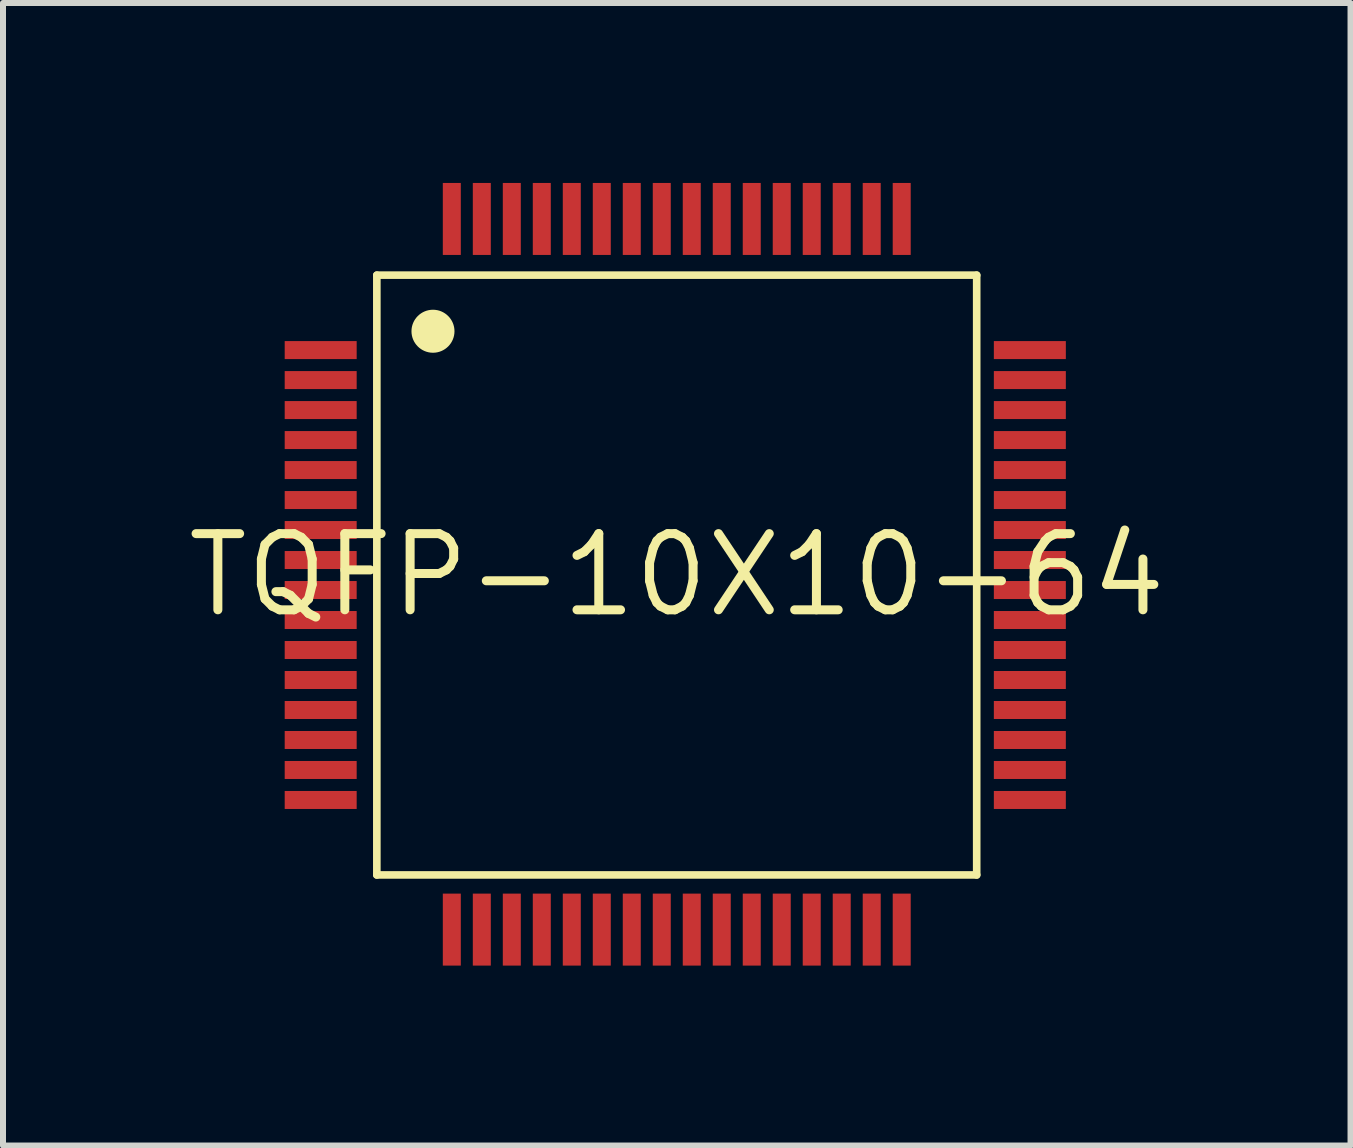
<source format=kicad_pcb>
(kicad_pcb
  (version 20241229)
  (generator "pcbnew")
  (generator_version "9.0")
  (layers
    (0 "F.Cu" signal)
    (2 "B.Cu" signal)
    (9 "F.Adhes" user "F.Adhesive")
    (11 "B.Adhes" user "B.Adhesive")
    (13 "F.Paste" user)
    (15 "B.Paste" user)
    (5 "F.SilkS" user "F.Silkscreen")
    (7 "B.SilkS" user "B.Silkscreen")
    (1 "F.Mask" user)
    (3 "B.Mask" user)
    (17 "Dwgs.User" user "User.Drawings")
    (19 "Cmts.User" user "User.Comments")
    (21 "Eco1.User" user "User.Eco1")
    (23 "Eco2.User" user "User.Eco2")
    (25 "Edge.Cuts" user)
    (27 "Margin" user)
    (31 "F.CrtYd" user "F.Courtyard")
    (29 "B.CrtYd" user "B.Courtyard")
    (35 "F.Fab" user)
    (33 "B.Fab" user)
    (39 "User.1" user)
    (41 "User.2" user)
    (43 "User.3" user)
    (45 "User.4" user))
  (footprint "TQFP-10X10-64"
    (layer "F.Cu")
    (at 8.232 6.536)
    (property "Reference" "TQFP-10X10-64" (at 0 0 0) (layer "F.SilkS") (effects (font (size 1.27 1.27) (thickness 0.15))))
    (fp_poly (pts (xy -5.336 -3.9) (xy -6.536 -3.9) (xy -6.536 -3.6) (xy -5.336 -3.6)) (stroke (width 0) (type default)) (fill yes) (layer "F.Mask"))
    (fp_poly (pts (xy -5.336 -3.4) (xy -6.536 -3.4) (xy -6.536 -3.1) (xy -5.336 -3.1)) (stroke (width 0) (type default)) (fill yes) (layer "F.Mask"))
    (fp_poly (pts (xy -5.336 -2.9) (xy -6.536 -2.9) (xy -6.536 -2.6) (xy -5.336 -2.6)) (stroke (width 0) (type default)) (fill yes) (layer "F.Mask"))
    (fp_poly (pts (xy -5.336 -2.4) (xy -6.536 -2.4) (xy -6.536 -2.1) (xy -5.336 -2.1)) (stroke (width 0) (type default)) (fill yes) (layer "F.Mask"))
    (fp_poly (pts (xy -5.336 -1.9) (xy -6.536 -1.9) (xy -6.536 -1.6) (xy -5.336 -1.6)) (stroke (width 0) (type default)) (fill yes) (layer "F.Mask"))
    (fp_poly (pts (xy -5.336 -1.4) (xy -6.536 -1.4) (xy -6.536 -1.1) (xy -5.336 -1.1)) (stroke (width 0) (type default)) (fill yes) (layer "F.Mask"))
    (fp_poly (pts (xy -5.336 -0.9) (xy -6.536 -0.9) (xy -6.536 -0.6) (xy -5.336 -0.6)) (stroke (width 0) (type default)) (fill yes) (layer "F.Mask"))
    (fp_poly (pts (xy -5.336 -0.4) (xy -6.536 -0.4) (xy -6.536 -0.1) (xy -5.336 -0.1)) (stroke (width 0) (type default)) (fill yes) (layer "F.Mask"))
    (fp_poly (pts (xy -5.336 0.1) (xy -6.536 0.1) (xy -6.536 0.4) (xy -5.336 0.4)) (stroke (width 0) (type default)) (fill yes) (layer "F.Mask"))
    (fp_poly (pts (xy -5.336 0.6) (xy -6.536 0.6) (xy -6.536 0.9) (xy -5.336 0.9)) (stroke (width 0) (type default)) (fill yes) (layer "F.Mask"))
    (fp_poly (pts (xy -5.336 1.1) (xy -6.536 1.1) (xy -6.536 1.4) (xy -5.336 1.4)) (stroke (width 0) (type default)) (fill yes) (layer "F.Mask"))
    (fp_poly (pts (xy -5.336 1.6) (xy -6.536 1.6) (xy -6.536 1.9) (xy -5.336 1.9)) (stroke (width 0) (type default)) (fill yes) (layer "F.Mask"))
    (fp_poly (pts (xy -5.336 2.1) (xy -6.536 2.1) (xy -6.536 2.4) (xy -5.336 2.4)) (stroke (width 0) (type default)) (fill yes) (layer "F.Mask"))
    (fp_poly (pts (xy -5.336 2.6) (xy -6.536 2.6) (xy -6.536 2.9) (xy -5.336 2.9)) (stroke (width 0) (type default)) (fill yes) (layer "F.Mask"))
    (fp_poly (pts (xy -5.336 3.1) (xy -6.536 3.1) (xy -6.536 3.4) (xy -5.336 3.4)) (stroke (width 0) (type default)) (fill yes) (layer "F.Mask"))
    (fp_poly (pts (xy -5.336 3.6) (xy -6.536 3.6) (xy -6.536 3.9) (xy -5.336 3.9)) (stroke (width 0) (type default)) (fill yes) (layer "F.Mask"))
    (fp_poly (pts (xy -3.9 5.311) (xy -3.6 5.311) (xy -3.6 6.511) (xy -3.9 6.511)) (stroke (width 0) (type default)) (fill yes) (layer "F.Mask"))
    (fp_poly (pts (xy -3.6 -5.336) (xy -3.9 -5.336) (xy -3.9 -6.536) (xy -3.6 -6.536)) (stroke (width 0) (type default)) (fill yes) (layer "F.Mask"))
    (fp_poly (pts (xy -3.4 5.311) (xy -3.1 5.311) (xy -3.1 6.511) (xy -3.4 6.511)) (stroke (width 0) (type default)) (fill yes) (layer "F.Mask"))
    (fp_poly (pts (xy -3.1 -5.336) (xy -3.4 -5.336) (xy -3.4 -6.536) (xy -3.1 -6.536)) (stroke (width 0) (type default)) (fill yes) (layer "F.Mask"))
    (fp_poly (pts (xy -2.9 5.311) (xy -2.6 5.311) (xy -2.6 6.511) (xy -2.9 6.511)) (stroke (width 0) (type default)) (fill yes) (layer "F.Mask"))
    (fp_poly (pts (xy -2.6 -5.336) (xy -2.9 -5.336) (xy -2.9 -6.536) (xy -2.6 -6.536)) (stroke (width 0) (type default)) (fill yes) (layer "F.Mask"))
    (fp_poly (pts (xy -2.4 5.311) (xy -2.1 5.311) (xy -2.1 6.511) (xy -2.4 6.511)) (stroke (width 0) (type default)) (fill yes) (layer "F.Mask"))
    (fp_poly (pts (xy -2.1 -5.336) (xy -2.4 -5.336) (xy -2.4 -6.536) (xy -2.1 -6.536)) (stroke (width 0) (type default)) (fill yes) (layer "F.Mask"))
    (fp_poly (pts (xy -1.9 5.311) (xy -1.6 5.311) (xy -1.6 6.511) (xy -1.9 6.511)) (stroke (width 0) (type default)) (fill yes) (layer "F.Mask"))
    (fp_poly (pts (xy -1.6 -5.336) (xy -1.9 -5.336) (xy -1.9 -6.536) (xy -1.6 -6.536)) (stroke (width 0) (type default)) (fill yes) (layer "F.Mask"))
    (fp_poly (pts (xy -1.4 5.311) (xy -1.1 5.311) (xy -1.1 6.511) (xy -1.4 6.511)) (stroke (width 0) (type default)) (fill yes) (layer "F.Mask"))
    (fp_poly (pts (xy -1.1 -5.336) (xy -1.4 -5.336) (xy -1.4 -6.536) (xy -1.1 -6.536)) (stroke (width 0) (type default)) (fill yes) (layer "F.Mask"))
    (fp_poly (pts (xy -0.9 5.311) (xy -0.6 5.311) (xy -0.6 6.511) (xy -0.9 6.511)) (stroke (width 0) (type default)) (fill yes) (layer "F.Mask"))
    (fp_poly (pts (xy -0.6 -5.336) (xy -0.9 -5.336) (xy -0.9 -6.536) (xy -0.6 -6.536)) (stroke (width 0) (type default)) (fill yes) (layer "F.Mask"))
    (fp_poly (pts (xy -0.4 5.311) (xy -0.1 5.311) (xy -0.1 6.511) (xy -0.4 6.511)) (stroke (width 0) (type default)) (fill yes) (layer "F.Mask"))
    (fp_poly (pts (xy -0.1 -5.336) (xy -0.4 -5.336) (xy -0.4 -6.536) (xy -0.1 -6.536)) (stroke (width 0) (type default)) (fill yes) (layer "F.Mask"))
    (fp_poly (pts (xy 0.1 5.311) (xy 0.4 5.311) (xy 0.4 6.511) (xy 0.1 6.511)) (stroke (width 0) (type default)) (fill yes) (layer "F.Mask"))
    (fp_poly (pts (xy 0.4 -5.336) (xy 0.1 -5.336) (xy 0.1 -6.536) (xy 0.4 -6.536)) (stroke (width 0) (type default)) (fill yes) (layer "F.Mask"))
    (fp_poly (pts (xy 0.6 5.311) (xy 0.9 5.311) (xy 0.9 6.511) (xy 0.6 6.511)) (stroke (width 0) (type default)) (fill yes) (layer "F.Mask"))
    (fp_poly (pts (xy 0.9 -5.336) (xy 0.6 -5.336) (xy 0.6 -6.536) (xy 0.9 -6.536)) (stroke (width 0) (type default)) (fill yes) (layer "F.Mask"))
    (fp_poly (pts (xy 1.1 5.311) (xy 1.4 5.311) (xy 1.4 6.511) (xy 1.1 6.511)) (stroke (width 0) (type default)) (fill yes) (layer "F.Mask"))
    (fp_poly (pts (xy 1.4 -5.336) (xy 1.1 -5.336) (xy 1.1 -6.536) (xy 1.4 -6.536)) (stroke (width 0) (type default)) (fill yes) (layer "F.Mask"))
    (fp_poly (pts (xy 1.6 5.311) (xy 1.9 5.311) (xy 1.9 6.511) (xy 1.6 6.511)) (stroke (width 0) (type default)) (fill yes) (layer "F.Mask"))
    (fp_poly (pts (xy 1.9 -5.336) (xy 1.6 -5.336) (xy 1.6 -6.536) (xy 1.9 -6.536)) (stroke (width 0) (type default)) (fill yes) (layer "F.Mask"))
    (fp_poly (pts (xy 2.1 5.311) (xy 2.4 5.311) (xy 2.4 6.511) (xy 2.1 6.511)) (stroke (width 0) (type default)) (fill yes) (layer "F.Mask"))
    (fp_poly (pts (xy 2.4 -5.336) (xy 2.1 -5.336) (xy 2.1 -6.536) (xy 2.4 -6.536)) (stroke (width 0) (type default)) (fill yes) (layer "F.Mask"))
    (fp_poly (pts (xy 2.6 5.311) (xy 2.9 5.311) (xy 2.9 6.511) (xy 2.6 6.511)) (stroke (width 0) (type default)) (fill yes) (layer "F.Mask"))
    (fp_poly (pts (xy 2.9 -5.336) (xy 2.6 -5.336) (xy 2.6 -6.536) (xy 2.9 -6.536)) (stroke (width 0) (type default)) (fill yes) (layer "F.Mask"))
    (fp_poly (pts (xy 3.1 5.311) (xy 3.4 5.311) (xy 3.4 6.511) (xy 3.1 6.511)) (stroke (width 0) (type default)) (fill yes) (layer "F.Mask"))
    (fp_poly (pts (xy 3.4 -5.336) (xy 3.1 -5.336) (xy 3.1 -6.536) (xy 3.4 -6.536)) (stroke (width 0) (type default)) (fill yes) (layer "F.Mask"))
    (fp_poly (pts (xy 3.6 5.311) (xy 3.9 5.311) (xy 3.9 6.511) (xy 3.6 6.511)) (stroke (width 0) (type default)) (fill yes) (layer "F.Mask"))
    (fp_poly (pts (xy 3.9 -5.336) (xy 3.6 -5.336) (xy 3.6 -6.536) (xy 3.9 -6.536)) (stroke (width 0) (type default)) (fill yes) (layer "F.Mask"))
    (fp_poly (pts (xy 5.286 -3.6) (xy 6.486 -3.6) (xy 6.486 -3.9) (xy 5.286 -3.9)) (stroke (width 0) (type default)) (fill yes) (layer "F.Mask"))
    (fp_poly (pts (xy 5.286 -3.1) (xy 6.486 -3.1) (xy 6.486 -3.4) (xy 5.286 -3.4)) (stroke (width 0) (type default)) (fill yes) (layer "F.Mask"))
    (fp_poly (pts (xy 5.286 -2.6) (xy 6.486 -2.6) (xy 6.486 -2.9) (xy 5.286 -2.9)) (stroke (width 0) (type default)) (fill yes) (layer "F.Mask"))
    (fp_poly (pts (xy 5.286 -2.1) (xy 6.486 -2.1) (xy 6.486 -2.4) (xy 5.286 -2.4)) (stroke (width 0) (type default)) (fill yes) (layer "F.Mask"))
    (fp_poly (pts (xy 5.286 -1.6) (xy 6.486 -1.6) (xy 6.486 -1.9) (xy 5.286 -1.9)) (stroke (width 0) (type default)) (fill yes) (layer "F.Mask"))
    (fp_poly (pts (xy 5.286 -1.1) (xy 6.486 -1.1) (xy 6.486 -1.4) (xy 5.286 -1.4)) (stroke (width 0) (type default)) (fill yes) (layer "F.Mask"))
    (fp_poly (pts (xy 5.286 -0.6) (xy 6.486 -0.6) (xy 6.486 -0.9) (xy 5.286 -0.9)) (stroke (width 0) (type default)) (fill yes) (layer "F.Mask"))
    (fp_poly (pts (xy 5.286 -0.1) (xy 6.486 -0.1) (xy 6.486 -0.4) (xy 5.286 -0.4)) (stroke (width 0) (type default)) (fill yes) (layer "F.Mask"))
    (fp_poly (pts (xy 5.286 0.4) (xy 6.486 0.4) (xy 6.486 0.1) (xy 5.286 0.1)) (stroke (width 0) (type default)) (fill yes) (layer "F.Mask"))
    (fp_poly (pts (xy 5.286 0.9) (xy 6.486 0.9) (xy 6.486 0.6) (xy 5.286 0.6)) (stroke (width 0) (type default)) (fill yes) (layer "F.Mask"))
    (fp_poly (pts (xy 5.286 1.4) (xy 6.486 1.4) (xy 6.486 1.1) (xy 5.286 1.1)) (stroke (width 0) (type default)) (fill yes) (layer "F.Mask"))
    (fp_poly (pts (xy 5.286 1.9) (xy 6.486 1.9) (xy 6.486 1.6) (xy 5.286 1.6)) (stroke (width 0) (type default)) (fill yes) (layer "F.Mask"))
    (fp_poly (pts (xy 5.286 2.4) (xy 6.486 2.4) (xy 6.486 2.1) (xy 5.286 2.1)) (stroke (width 0) (type default)) (fill yes) (layer "F.Mask"))
    (fp_poly (pts (xy 5.286 2.9) (xy 6.486 2.9) (xy 6.486 2.6) (xy 5.286 2.6)) (stroke (width 0) (type default)) (fill yes) (layer "F.Mask"))
    (fp_poly (pts (xy 5.286 3.4) (xy 6.486 3.4) (xy 6.486 3.1) (xy 5.286 3.1)) (stroke (width 0) (type default)) (fill yes) (layer "F.Mask"))
    (fp_poly (pts (xy 5.286 3.9) (xy 6.486 3.9) (xy 6.486 3.6) (xy 5.286 3.6)) (stroke (width 0) (type default)) (fill yes) (layer "F.Mask"))
    (fp_line (start -5 -4.999) (end -5 5) (stroke (width 0.127) (type solid)) (layer "F.SilkS"))
    (fp_line (start -5 5) (end 5 5) (stroke (width 0.127) (type solid)) (layer "F.SilkS"))
    (fp_line (start 5 -4.999) (end -5 -4.999) (stroke (width 0.127) (type solid)) (layer "F.SilkS"))
    (fp_line (start 5 5) (end 5 -4.999) (stroke (width 0.127) (type solid)) (layer "F.SilkS"))
    (fp_circle (center -4.064 -4.064) (end -3.885 -4.064) (stroke (width 0.359) (type solid)) (fill yes) (layer "F.SilkS"))
    (fp_poly (pts (xy -5.336 -3.9) (xy -6.536 -3.9) (xy -6.536 -3.6) (xy -5.336 -3.6)) (stroke (width 0) (type default)) (fill yes) (layer "F.Paste"))
    (fp_poly (pts (xy -5.336 -3.4) (xy -6.536 -3.4) (xy -6.536 -3.1) (xy -5.336 -3.1)) (stroke (width 0) (type default)) (fill yes) (layer "F.Paste"))
    (fp_poly (pts (xy -5.336 -2.9) (xy -6.536 -2.9) (xy -6.536 -2.6) (xy -5.336 -2.6)) (stroke (width 0) (type default)) (fill yes) (layer "F.Paste"))
    (fp_poly (pts (xy -5.336 -2.4) (xy -6.536 -2.4) (xy -6.536 -2.1) (xy -5.336 -2.1)) (stroke (width 0) (type default)) (fill yes) (layer "F.Paste"))
    (fp_poly (pts (xy -5.336 -1.9) (xy -6.536 -1.9) (xy -6.536 -1.6) (xy -5.336 -1.6)) (stroke (width 0) (type default)) (fill yes) (layer "F.Paste"))
    (fp_poly (pts (xy -5.336 -1.4) (xy -6.536 -1.4) (xy -6.536 -1.1) (xy -5.336 -1.1)) (stroke (width 0) (type default)) (fill yes) (layer "F.Paste"))
    (fp_poly (pts (xy -5.336 -0.9) (xy -6.536 -0.9) (xy -6.536 -0.6) (xy -5.336 -0.6)) (stroke (width 0) (type default)) (fill yes) (layer "F.Paste"))
    (fp_poly (pts (xy -5.336 -0.4) (xy -6.536 -0.4) (xy -6.536 -0.1) (xy -5.336 -0.1)) (stroke (width 0) (type default)) (fill yes) (layer "F.Paste"))
    (fp_poly (pts (xy -5.336 0.1) (xy -6.536 0.1) (xy -6.536 0.4) (xy -5.336 0.4)) (stroke (width 0) (type default)) (fill yes) (layer "F.Paste"))
    (fp_poly (pts (xy -5.336 0.6) (xy -6.536 0.6) (xy -6.536 0.9) (xy -5.336 0.9)) (stroke (width 0) (type default)) (fill yes) (layer "F.Paste"))
    (fp_poly (pts (xy -5.336 1.1) (xy -6.536 1.1) (xy -6.536 1.4) (xy -5.336 1.4)) (stroke (width 0) (type default)) (fill yes) (layer "F.Paste"))
    (fp_poly (pts (xy -5.336 1.6) (xy -6.536 1.6) (xy -6.536 1.9) (xy -5.336 1.9)) (stroke (width 0) (type default)) (fill yes) (layer "F.Paste"))
    (fp_poly (pts (xy -5.336 2.1) (xy -6.536 2.1) (xy -6.536 2.4) (xy -5.336 2.4)) (stroke (width 0) (type default)) (fill yes) (layer "F.Paste"))
    (fp_poly (pts (xy -5.336 2.6) (xy -6.536 2.6) (xy -6.536 2.9) (xy -5.336 2.9)) (stroke (width 0) (type default)) (fill yes) (layer "F.Paste"))
    (fp_poly (pts (xy -5.336 3.1) (xy -6.536 3.1) (xy -6.536 3.4) (xy -5.336 3.4)) (stroke (width 0) (type default)) (fill yes) (layer "F.Paste"))
    (fp_poly (pts (xy -5.336 3.6) (xy -6.536 3.6) (xy -6.536 3.9) (xy -5.336 3.9)) (stroke (width 0) (type default)) (fill yes) (layer "F.Paste"))
    (fp_poly (pts (xy -3.9 5.311) (xy -3.6 5.311) (xy -3.6 6.511) (xy -3.9 6.511)) (stroke (width 0) (type default)) (fill yes) (layer "F.Paste"))
    (fp_poly (pts (xy -3.6 -5.336) (xy -3.9 -5.336) (xy -3.9 -6.536) (xy -3.6 -6.536)) (stroke (width 0) (type default)) (fill yes) (layer "F.Paste"))
    (fp_poly (pts (xy -3.4 5.311) (xy -3.1 5.311) (xy -3.1 6.511) (xy -3.4 6.511)) (stroke (width 0) (type default)) (fill yes) (layer "F.Paste"))
    (fp_poly (pts (xy -3.1 -5.336) (xy -3.4 -5.336) (xy -3.4 -6.536) (xy -3.1 -6.536)) (stroke (width 0) (type default)) (fill yes) (layer "F.Paste"))
    (fp_poly (pts (xy -2.9 5.311) (xy -2.6 5.311) (xy -2.6 6.511) (xy -2.9 6.511)) (stroke (width 0) (type default)) (fill yes) (layer "F.Paste"))
    (fp_poly (pts (xy -2.6 -5.336) (xy -2.9 -5.336) (xy -2.9 -6.536) (xy -2.6 -6.536)) (stroke (width 0) (type default)) (fill yes) (layer "F.Paste"))
    (fp_poly (pts (xy -2.4 5.311) (xy -2.1 5.311) (xy -2.1 6.511) (xy -2.4 6.511)) (stroke (width 0) (type default)) (fill yes) (layer "F.Paste"))
    (fp_poly (pts (xy -2.1 -5.336) (xy -2.4 -5.336) (xy -2.4 -6.536) (xy -2.1 -6.536)) (stroke (width 0) (type default)) (fill yes) (layer "F.Paste"))
    (fp_poly (pts (xy -1.9 5.311) (xy -1.6 5.311) (xy -1.6 6.511) (xy -1.9 6.511)) (stroke (width 0) (type default)) (fill yes) (layer "F.Paste"))
    (fp_poly (pts (xy -1.6 -5.336) (xy -1.9 -5.336) (xy -1.9 -6.536) (xy -1.6 -6.536)) (stroke (width 0) (type default)) (fill yes) (layer "F.Paste"))
    (fp_poly (pts (xy -1.4 5.311) (xy -1.1 5.311) (xy -1.1 6.511) (xy -1.4 6.511)) (stroke (width 0) (type default)) (fill yes) (layer "F.Paste"))
    (fp_poly (pts (xy -1.1 -5.336) (xy -1.4 -5.336) (xy -1.4 -6.536) (xy -1.1 -6.536)) (stroke (width 0) (type default)) (fill yes) (layer "F.Paste"))
    (fp_poly (pts (xy -0.9 5.311) (xy -0.6 5.311) (xy -0.6 6.511) (xy -0.9 6.511)) (stroke (width 0) (type default)) (fill yes) (layer "F.Paste"))
    (fp_poly (pts (xy -0.6 -5.336) (xy -0.9 -5.336) (xy -0.9 -6.536) (xy -0.6 -6.536)) (stroke (width 0) (type default)) (fill yes) (layer "F.Paste"))
    (fp_poly (pts (xy -0.4 5.311) (xy -0.1 5.311) (xy -0.1 6.511) (xy -0.4 6.511)) (stroke (width 0) (type default)) (fill yes) (layer "F.Paste"))
    (fp_poly (pts (xy -0.1 -5.336) (xy -0.4 -5.336) (xy -0.4 -6.536) (xy -0.1 -6.536)) (stroke (width 0) (type default)) (fill yes) (layer "F.Paste"))
    (fp_poly (pts (xy 0.1 5.311) (xy 0.4 5.311) (xy 0.4 6.511) (xy 0.1 6.511)) (stroke (width 0) (type default)) (fill yes) (layer "F.Paste"))
    (fp_poly (pts (xy 0.4 -5.336) (xy 0.1 -5.336) (xy 0.1 -6.536) (xy 0.4 -6.536)) (stroke (width 0) (type default)) (fill yes) (layer "F.Paste"))
    (fp_poly (pts (xy 0.6 5.311) (xy 0.9 5.311) (xy 0.9 6.511) (xy 0.6 6.511)) (stroke (width 0) (type default)) (fill yes) (layer "F.Paste"))
    (fp_poly (pts (xy 0.9 -5.336) (xy 0.6 -5.336) (xy 0.6 -6.536) (xy 0.9 -6.536)) (stroke (width 0) (type default)) (fill yes) (layer "F.Paste"))
    (fp_poly (pts (xy 1.1 5.311) (xy 1.4 5.311) (xy 1.4 6.511) (xy 1.1 6.511)) (stroke (width 0) (type default)) (fill yes) (layer "F.Paste"))
    (fp_poly (pts (xy 1.4 -5.336) (xy 1.1 -5.336) (xy 1.1 -6.536) (xy 1.4 -6.536)) (stroke (width 0) (type default)) (fill yes) (layer "F.Paste"))
    (fp_poly (pts (xy 1.6 5.311) (xy 1.9 5.311) (xy 1.9 6.511) (xy 1.6 6.511)) (stroke (width 0) (type default)) (fill yes) (layer "F.Paste"))
    (fp_poly (pts (xy 1.9 -5.336) (xy 1.6 -5.336) (xy 1.6 -6.536) (xy 1.9 -6.536)) (stroke (width 0) (type default)) (fill yes) (layer "F.Paste"))
    (fp_poly (pts (xy 2.1 5.311) (xy 2.4 5.311) (xy 2.4 6.511) (xy 2.1 6.511)) (stroke (width 0) (type default)) (fill yes) (layer "F.Paste"))
    (fp_poly (pts (xy 2.4 -5.336) (xy 2.1 -5.336) (xy 2.1 -6.536) (xy 2.4 -6.536)) (stroke (width 0) (type default)) (fill yes) (layer "F.Paste"))
    (fp_poly (pts (xy 2.6 5.311) (xy 2.9 5.311) (xy 2.9 6.511) (xy 2.6 6.511)) (stroke (width 0) (type default)) (fill yes) (layer "F.Paste"))
    (fp_poly (pts (xy 2.9 -5.336) (xy 2.6 -5.336) (xy 2.6 -6.536) (xy 2.9 -6.536)) (stroke (width 0) (type default)) (fill yes) (layer "F.Paste"))
    (fp_poly (pts (xy 3.1 5.311) (xy 3.4 5.311) (xy 3.4 6.511) (xy 3.1 6.511)) (stroke (width 0) (type default)) (fill yes) (layer "F.Paste"))
    (fp_poly (pts (xy 3.4 -5.336) (xy 3.1 -5.336) (xy 3.1 -6.536) (xy 3.4 -6.536)) (stroke (width 0) (type default)) (fill yes) (layer "F.Paste"))
    (fp_poly (pts (xy 3.6 5.311) (xy 3.9 5.311) (xy 3.9 6.511) (xy 3.6 6.511)) (stroke (width 0) (type default)) (fill yes) (layer "F.Paste"))
    (fp_poly (pts (xy 3.9 -5.336) (xy 3.6 -5.336) (xy 3.6 -6.536) (xy 3.9 -6.536)) (stroke (width 0) (type default)) (fill yes) (layer "F.Paste"))
    (fp_poly (pts (xy 5.286 -3.6) (xy 6.486 -3.6) (xy 6.486 -3.9) (xy 5.286 -3.9)) (stroke (width 0) (type default)) (fill yes) (layer "F.Paste"))
    (fp_poly (pts (xy 5.286 -3.1) (xy 6.486 -3.1) (xy 6.486 -3.4) (xy 5.286 -3.4)) (stroke (width 0) (type default)) (fill yes) (layer "F.Paste"))
    (fp_poly (pts (xy 5.286 -2.6) (xy 6.486 -2.6) (xy 6.486 -2.9) (xy 5.286 -2.9)) (stroke (width 0) (type default)) (fill yes) (layer "F.Paste"))
    (fp_poly (pts (xy 5.286 -2.1) (xy 6.486 -2.1) (xy 6.486 -2.4) (xy 5.286 -2.4)) (stroke (width 0) (type default)) (fill yes) (layer "F.Paste"))
    (fp_poly (pts (xy 5.286 -1.6) (xy 6.486 -1.6) (xy 6.486 -1.9) (xy 5.286 -1.9)) (stroke (width 0) (type default)) (fill yes) (layer "F.Paste"))
    (fp_poly (pts (xy 5.286 -1.1) (xy 6.486 -1.1) (xy 6.486 -1.4) (xy 5.286 -1.4)) (stroke (width 0) (type default)) (fill yes) (layer "F.Paste"))
    (fp_poly (pts (xy 5.286 -0.6) (xy 6.486 -0.6) (xy 6.486 -0.9) (xy 5.286 -0.9)) (stroke (width 0) (type default)) (fill yes) (layer "F.Paste"))
    (fp_poly (pts (xy 5.286 -0.1) (xy 6.486 -0.1) (xy 6.486 -0.4) (xy 5.286 -0.4)) (stroke (width 0) (type default)) (fill yes) (layer "F.Paste"))
    (fp_poly (pts (xy 5.286 0.4) (xy 6.486 0.4) (xy 6.486 0.1) (xy 5.286 0.1)) (stroke (width 0) (type default)) (fill yes) (layer "F.Paste"))
    (fp_poly (pts (xy 5.286 0.9) (xy 6.486 0.9) (xy 6.486 0.6) (xy 5.286 0.6)) (stroke (width 0) (type default)) (fill yes) (layer "F.Paste"))
    (fp_poly (pts (xy 5.286 1.4) (xy 6.486 1.4) (xy 6.486 1.1) (xy 5.286 1.1)) (stroke (width 0) (type default)) (fill yes) (layer "F.Paste"))
    (fp_poly (pts (xy 5.286 1.9) (xy 6.486 1.9) (xy 6.486 1.6) (xy 5.286 1.6)) (stroke (width 0) (type default)) (fill yes) (layer "F.Paste"))
    (fp_poly (pts (xy 5.286 2.4) (xy 6.486 2.4) (xy 6.486 2.1) (xy 5.286 2.1)) (stroke (width 0) (type default)) (fill yes) (layer "F.Paste"))
    (fp_poly (pts (xy 5.286 2.9) (xy 6.486 2.9) (xy 6.486 2.6) (xy 5.286 2.6)) (stroke (width 0) (type default)) (fill yes) (layer "F.Paste"))
    (fp_poly (pts (xy 5.286 3.4) (xy 6.486 3.4) (xy 6.486 3.1) (xy 5.286 3.1)) (stroke (width 0) (type default)) (fill yes) (layer "F.Paste"))
    (fp_poly (pts (xy 5.286 3.9) (xy 6.486 3.9) (xy 6.486 3.6) (xy 5.286 3.6)) (stroke (width 0) (type default)) (fill yes) (layer "F.Paste"))
    (pad "1" smd rect (at -5.936 -3.75 270) (size 0.3 1.2) (layers "F.Cu"))
    (pad "2" smd rect (at -5.936 -3.25 270) (size 0.3 1.2) (layers "F.Cu"))
    (pad "3" smd rect (at -5.936 -2.75 270) (size 0.3 1.2) (layers "F.Cu"))
    (pad "4" smd rect (at -5.936 -2.25 270) (size 0.3 1.2) (layers "F.Cu"))
    (pad "5" smd rect (at -5.936 -1.75 270) (size 0.3 1.2) (layers "F.Cu"))
    (pad "6" smd rect (at -5.936 -1.25 270) (size 0.3 1.2) (layers "F.Cu"))
    (pad "7" smd rect (at -5.936 -0.75 270) (size 0.3 1.2) (layers "F.Cu"))
    (pad "8" smd rect (at -5.936 -0.25 270) (size 0.3 1.2) (layers "F.Cu"))
    (pad "9" smd rect (at -5.936 0.25 270) (size 0.3 1.2) (layers "F.Cu"))
    (pad "10" smd rect (at -5.936 0.75 270) (size 0.3 1.2) (layers "F.Cu"))
    (pad "11" smd rect (at -5.936 1.25 270) (size 0.3 1.2) (layers "F.Cu"))
    (pad "12" smd rect (at -5.936 1.75 270) (size 0.3 1.2) (layers "F.Cu"))
    (pad "13" smd rect (at -5.936 2.25 270) (size 0.3 1.2) (layers "F.Cu"))
    (pad "14" smd rect (at -5.936 2.75 270) (size 0.3 1.2) (layers "F.Cu"))
    (pad "15" smd rect (at -5.936 3.25 270) (size 0.3 1.2) (layers "F.Cu"))
    (pad "16" smd rect (at -5.936 3.75 270) (size 0.3 1.2) (layers "F.Cu"))
    (pad "17" smd rect (at -3.75 5.911) (size 0.3 1.2) (layers "F.Cu"))
    (pad "18" smd rect (at -3.25 5.911) (size 0.3 1.2) (layers "F.Cu"))
    (pad "19" smd rect (at -2.75 5.911) (size 0.3 1.2) (layers "F.Cu"))
    (pad "20" smd rect (at -2.25 5.911) (size 0.3 1.2) (layers "F.Cu"))
    (pad "21" smd rect (at -1.75 5.911) (size 0.3 1.2) (layers "F.Cu"))
    (pad "22" smd rect (at -1.25 5.911) (size 0.3 1.2) (layers "F.Cu"))
    (pad "23" smd rect (at -0.75 5.911) (size 0.3 1.2) (layers "F.Cu"))
    (pad "24" smd rect (at -0.25 5.911) (size 0.3 1.2) (layers "F.Cu"))
    (pad "25" smd rect (at 0.25 5.911) (size 0.3 1.2) (layers "F.Cu"))
    (pad "26" smd rect (at 0.75 5.911) (size 0.3 1.2) (layers "F.Cu"))
    (pad "27" smd rect (at 1.25 5.911) (size 0.3 1.2) (layers "F.Cu"))
    (pad "28" smd rect (at 1.75 5.911) (size 0.3 1.2) (layers "F.Cu"))
    (pad "29" smd rect (at 2.25 5.911) (size 0.3 1.2) (layers "F.Cu"))
    (pad "30" smd rect (at 2.75 5.911) (size 0.3 1.2) (layers "F.Cu"))
    (pad "31" smd rect (at 3.25 5.911) (size 0.3 1.2) (layers "F.Cu"))
    (pad "32" smd rect (at 3.75 5.911) (size 0.3 1.2) (layers "F.Cu"))
    (pad "33" smd rect (at 5.886 3.75 90) (size 0.3 1.2) (layers "F.Cu"))
    (pad "34" smd rect (at 5.886 3.25 90) (size 0.3 1.2) (layers "F.Cu"))
    (pad "35" smd rect (at 5.886 2.75 90) (size 0.3 1.2) (layers "F.Cu"))
    (pad "36" smd rect (at 5.886 2.25 90) (size 0.3 1.2) (layers "F.Cu"))
    (pad "37" smd rect (at 5.886 1.75 90) (size 0.3 1.2) (layers "F.Cu"))
    (pad "38" smd rect (at 5.886 1.25 90) (size 0.3 1.2) (layers "F.Cu"))
    (pad "39" smd rect (at 5.886 0.75 90) (size 0.3 1.2) (layers "F.Cu"))
    (pad "40" smd rect (at 5.886 0.25 90) (size 0.3 1.2) (layers "F.Cu"))
    (pad "41" smd rect (at 5.886 -0.25 90) (size 0.3 1.2) (layers "F.Cu"))
    (pad "42" smd rect (at 5.886 -0.75 90) (size 0.3 1.2) (layers "F.Cu"))
    (pad "43" smd rect (at 5.886 -1.25 90) (size 0.3 1.2) (layers "F.Cu"))
    (pad "44" smd rect (at 5.886 -1.75 90) (size 0.3 1.2) (layers "F.Cu"))
    (pad "45" smd rect (at 5.886 -2.25 90) (size 0.3 1.2) (layers "F.Cu"))
    (pad "46" smd rect (at 5.886 -2.75 90) (size 0.3 1.2) (layers "F.Cu"))
    (pad "47" smd rect (at 5.886 -3.25 90) (size 0.3 1.2) (layers "F.Cu"))
    (pad "48" smd rect (at 5.886 -3.75 90) (size 0.3 1.2) (layers "F.Cu"))
    (pad "49" smd rect (at 3.75 -5.936 180) (size 0.3 1.2) (layers "F.Cu"))
    (pad "50" smd rect (at 3.25 -5.936 180) (size 0.3 1.2) (layers "F.Cu"))
    (pad "51" smd rect (at 2.75 -5.936 180) (size 0.3 1.2) (layers "F.Cu"))
    (pad "52" smd rect (at 2.25 -5.936 180) (size 0.3 1.2) (layers "F.Cu"))
    (pad "53" smd rect (at 1.75 -5.936 180) (size 0.3 1.2) (layers "F.Cu"))
    (pad "54" smd rect (at 1.25 -5.936 180) (size 0.3 1.2) (layers "F.Cu"))
    (pad "55" smd rect (at 0.75 -5.936 180) (size 0.3 1.2) (layers "F.Cu"))
    (pad "56" smd rect (at 0.25 -5.936 180) (size 0.3 1.2) (layers "F.Cu"))
    (pad "57" smd rect (at -0.25 -5.936 180) (size 0.3 1.2) (layers "F.Cu"))
    (pad "58" smd rect (at -0.75 -5.936 180) (size 0.3 1.2) (layers "F.Cu"))
    (pad "59" smd rect (at -1.25 -5.936 180) (size 0.3 1.2) (layers "F.Cu"))
    (pad "60" smd rect (at -1.75 -5.936 180) (size 0.3 1.2) (layers "F.Cu"))
    (pad "61" smd rect (at -2.25 -5.936 180) (size 0.3 1.2) (layers "F.Cu"))
    (pad "62" smd rect (at -2.75 -5.936 180) (size 0.3 1.2) (layers "F.Cu"))
    (pad "63" smd rect (at -3.25 -5.936 180) (size 0.3 1.2) (layers "F.Cu"))
    (pad "64" smd rect (at -3.75 -5.936 180) (size 0.3 1.2) (layers "F.Cu")))
  (gr_rect
    (start -3 -3)
    (end 19.464 16.047)
    (stroke (width 0.1) (type default))
    (fill no)
    (layer "Edge.Cuts")))
</source>
